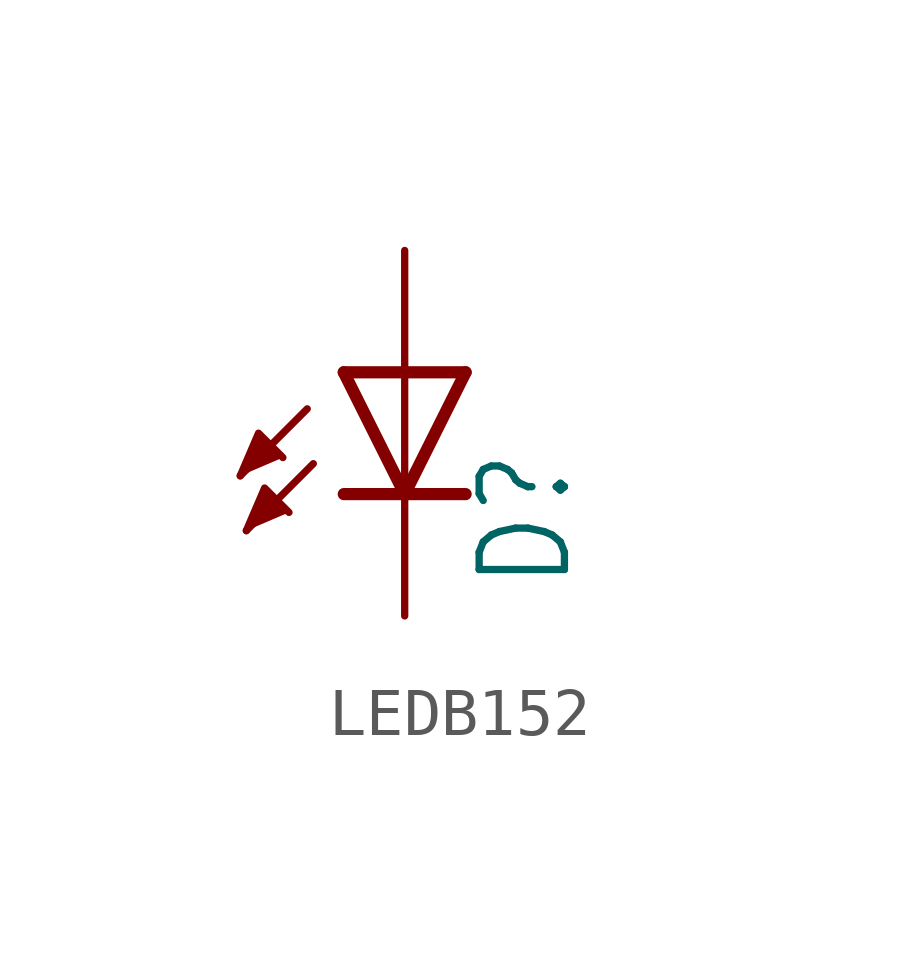
<source format=kicad_sym>
(kicad_symbol_lib
  (version 20220914)
  (generator kicad_symbol_editor)
  (symbol "LEDB152"
    (property "Reference" "D"
      (at 3.556 -4.572 90)
      (effects (font (size 1.778 1.511)) (justify left bottom)))
    (property "Value" ""
      (at 5.715 -4.572 90)
      (effects (font (size 1.778 1.511)) (justify left bottom)))
    (property "ki_locked" ""
      (at 0 0 0)
      (effects (font (size 1.27 1.27))))
    (symbol "LEDB152_1_0"
      (polyline (pts (xy -2.032 -0.762) (xy -3.429 -2.159)) (stroke (width 0.152) (type solid)) (fill (type none)))
      (polyline (pts (xy -1.905 -1.905) (xy -3.302 -3.302)) (stroke (width 0.152) (type solid)) (fill (type none)))
      (polyline (pts (xy 0 -2.54) (xy -1.27 -2.54)) (stroke (width 0.254) (type solid)) (fill (type none)))
      (polyline (pts (xy 0 -2.54) (xy -1.27 0)) (stroke (width 0.254) (type solid)) (fill (type none)))
      (polyline (pts (xy 0 0) (xy -1.27 0)) (stroke (width 0.254) (type solid)) (fill (type none)))
      (polyline (pts (xy 0 0) (xy 0 -2.54)) (stroke (width 0.152) (type solid)) (fill (type none)))
      (polyline (pts (xy 1.27 -2.54) (xy 0 -2.54)) (stroke (width 0.254) (type solid)) (fill (type none)))
      (polyline (pts (xy 1.27 0) (xy 0 -2.54)) (stroke (width 0.254) (type solid)) (fill (type none)))
      (polyline (pts (xy 1.27 0) (xy 0 0)) (stroke (width 0.254) (type solid)) (fill (type none)))
      (polyline (pts (xy -3.429 -2.159) (xy -3.048 -1.27) (xy -2.54 -1.778)) (stroke (width 0.152) (type solid)) (fill (type outline)))
      (polyline (pts (xy -3.302 -3.302) (xy -2.921 -2.413) (xy -2.413 -2.921)) (stroke (width 0.152) (type solid)) (fill (type outline)))
      (pin passive line (at 0 2.54 270) (length 2.54) (name "A" (effects (font (size 0 0)))) (number "A" (effects (font (size 0 0)))))
      (pin passive line (at 0 -5.08 90) (length 2.54) (name "C" (effects (font (size 0 0)))) (number "K" (effects (font (size 0 0))))))))
</source>
